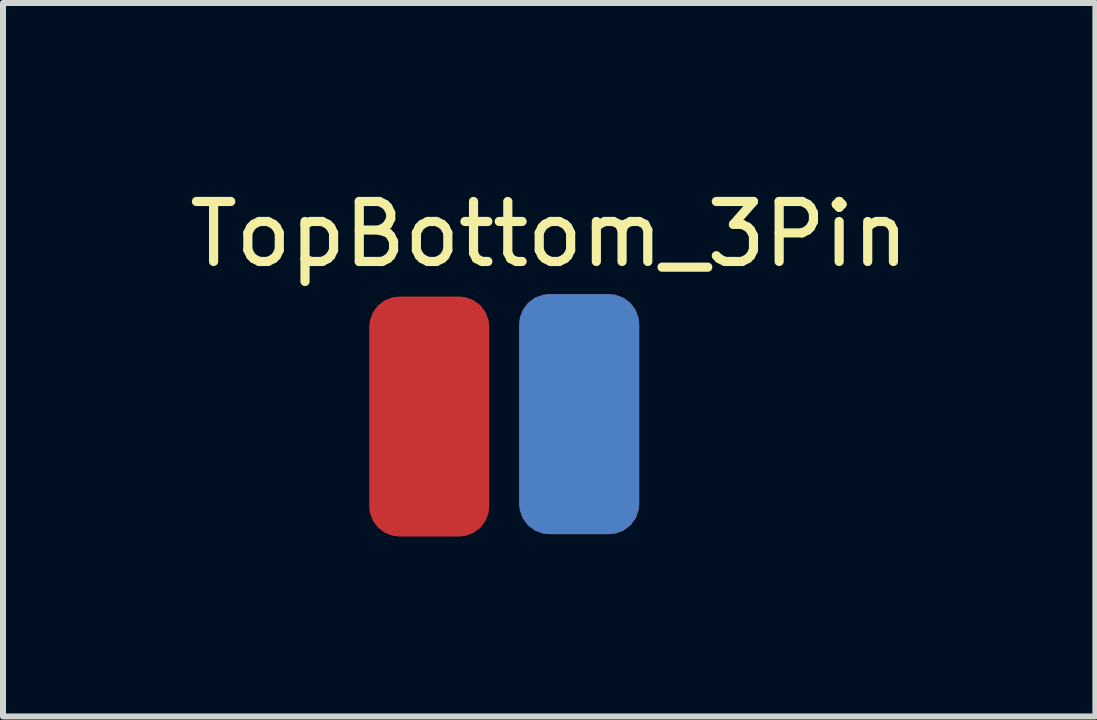
<source format=kicad_pcb>
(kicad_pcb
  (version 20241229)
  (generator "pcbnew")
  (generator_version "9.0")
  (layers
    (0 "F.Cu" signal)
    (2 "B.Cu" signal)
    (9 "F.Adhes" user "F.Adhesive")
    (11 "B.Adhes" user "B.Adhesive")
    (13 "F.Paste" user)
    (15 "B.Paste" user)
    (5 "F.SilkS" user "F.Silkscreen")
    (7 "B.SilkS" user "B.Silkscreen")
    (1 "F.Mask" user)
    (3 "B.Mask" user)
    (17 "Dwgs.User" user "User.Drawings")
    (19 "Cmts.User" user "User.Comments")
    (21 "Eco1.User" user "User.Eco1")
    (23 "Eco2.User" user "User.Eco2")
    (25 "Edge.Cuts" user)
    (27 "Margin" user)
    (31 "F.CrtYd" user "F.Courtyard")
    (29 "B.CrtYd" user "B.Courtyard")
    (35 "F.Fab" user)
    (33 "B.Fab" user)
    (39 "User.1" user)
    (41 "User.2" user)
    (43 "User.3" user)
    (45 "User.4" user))
  (footprint "TopBottom_3Pin"
    (layer "F.Cu")
    (at 4.106 1.354)
    (property "Reference" "TopBottom_3Pin" (at 2 -0.5 0) (layer "F.SilkS") (effects (font (size 1 1) (thickness 0.153))))
    (attr smd)
    (pad "1" smd roundrect (at 2.5 2.5) (size 2 4) (layers "F.Cu" "F.Mask" "F.Paste") (roundrect_rratio 0.25))
    (pad "2" smd roundrect (at 0 2.54) (size 2 4) (layers "F.Cu" "F.Mask" "F.Paste") (roundrect_rratio 0.25))
    (pad "3" smd roundrect (at 2.5 2.5) (size 2 4) (layers "B.Cu" "B.Mask" "B.Paste") (roundrect_rratio 0.25)))
  (gr_rect
    (start -3 -3)
    (end 15.211 8.894)
    (stroke (width 0.1) (type default))
    (fill no)
    (layer "Edge.Cuts")))
</source>
